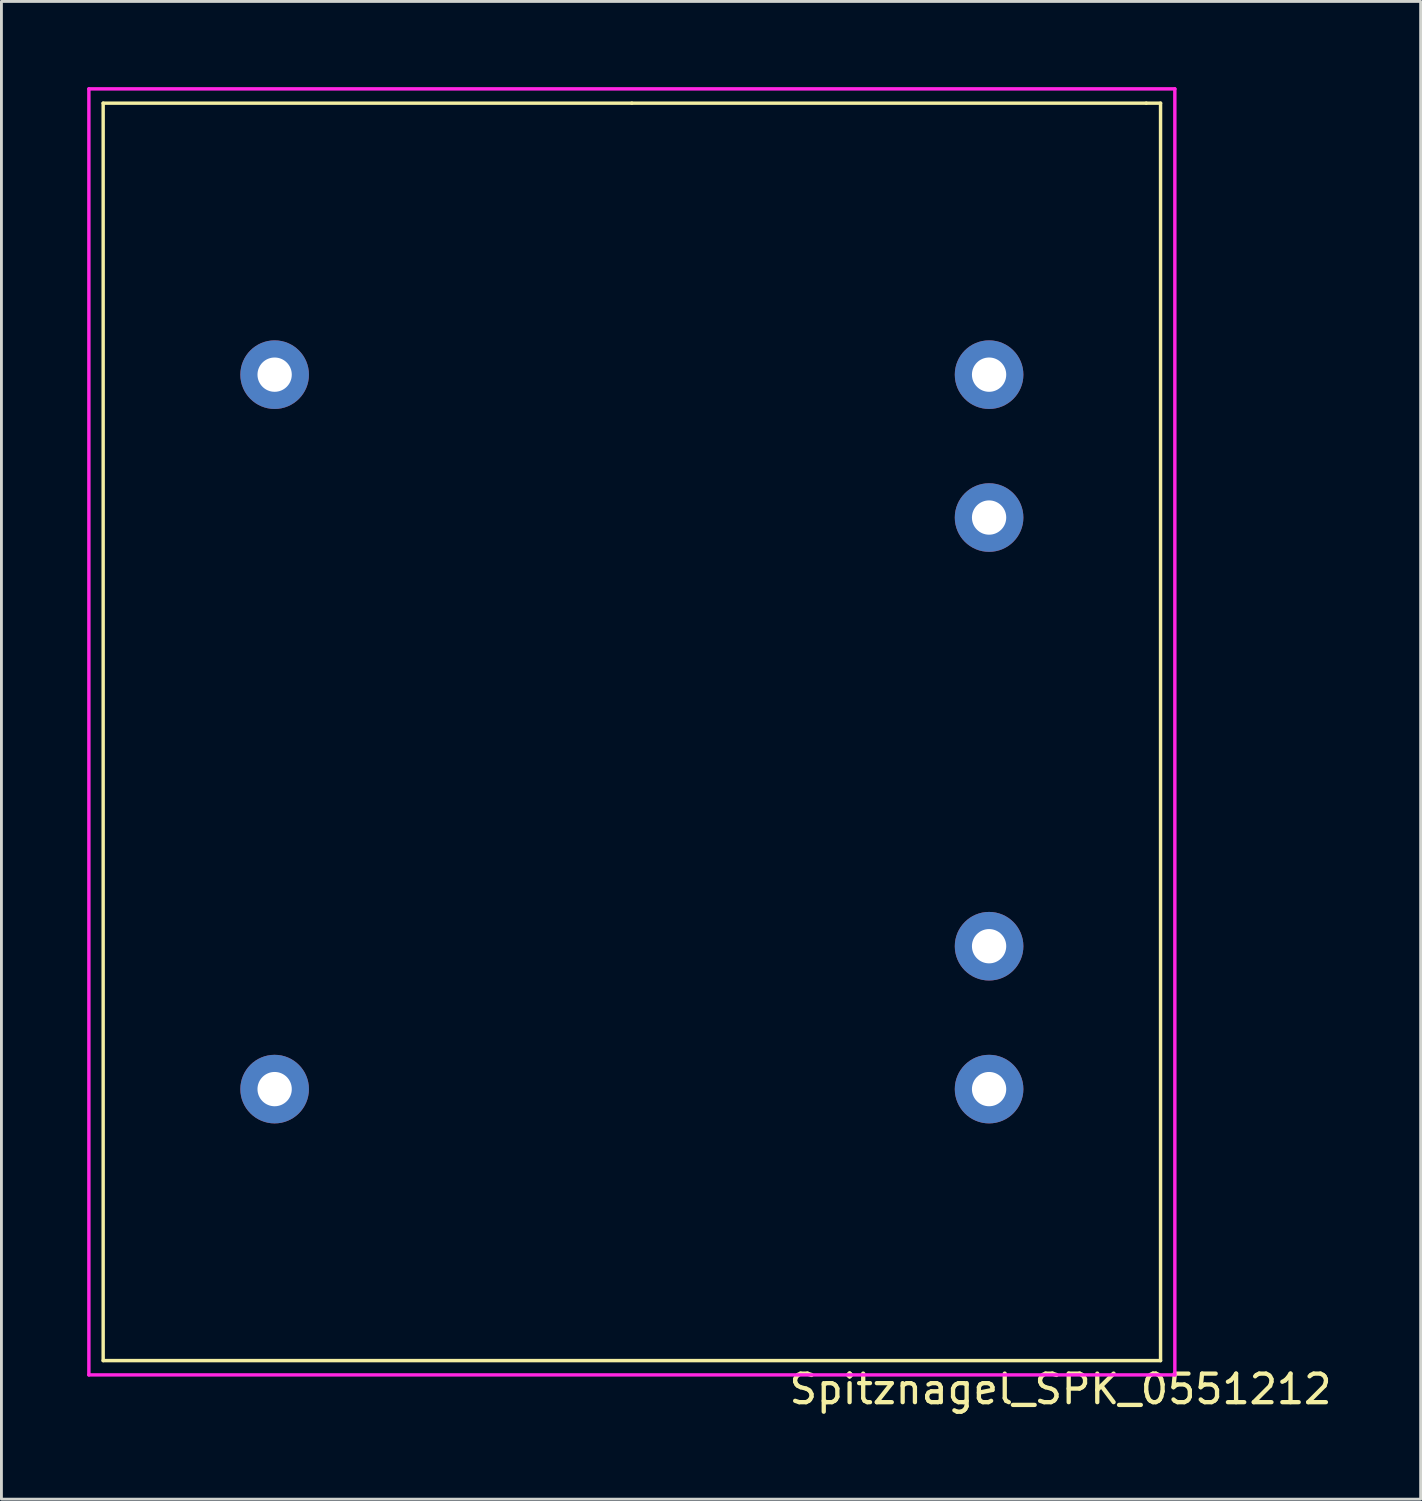
<source format=kicad_pcb>
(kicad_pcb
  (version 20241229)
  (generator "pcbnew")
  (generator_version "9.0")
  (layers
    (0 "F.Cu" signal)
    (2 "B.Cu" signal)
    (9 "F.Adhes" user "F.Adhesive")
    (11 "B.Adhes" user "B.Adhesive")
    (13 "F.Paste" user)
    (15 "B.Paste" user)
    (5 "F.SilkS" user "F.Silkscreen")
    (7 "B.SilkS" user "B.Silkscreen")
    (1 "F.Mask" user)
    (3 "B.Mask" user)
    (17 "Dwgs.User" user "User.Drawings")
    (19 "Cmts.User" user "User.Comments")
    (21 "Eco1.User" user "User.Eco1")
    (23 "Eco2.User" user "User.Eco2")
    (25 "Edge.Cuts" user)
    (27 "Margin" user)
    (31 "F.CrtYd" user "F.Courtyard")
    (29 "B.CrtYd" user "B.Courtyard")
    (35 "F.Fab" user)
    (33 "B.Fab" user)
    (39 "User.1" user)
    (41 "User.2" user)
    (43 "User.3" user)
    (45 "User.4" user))
  (footprint "Spitznagel_SPK_0551212"
    (layer "F.Cu")
    (at 19.06 22.56)
    (property "Reference" "Spitznagel_SPK_0551212" (at 15 23 0) (layer "F.SilkS") (effects (font (size 1 1) (thickness 0.15))))
    (attr through_hole)
    (fp_line (start -18.5 -22) (end 0 -22) (stroke (width 0.12) (type solid)) (layer "F.SilkS"))
    (fp_line (start -18.5 22) (end -18.5 -22) (stroke (width 0.12) (type solid)) (layer "F.SilkS"))
    (fp_line (start 0 -22) (end 18 -22) (stroke (width 0.12) (type solid)) (layer "F.SilkS"))
    (fp_line (start 18 -22) (end 18.5 -22) (stroke (width 0.12) (type solid)) (layer "F.SilkS"))
    (fp_line (start 18.5 -22) (end 18.5 22) (stroke (width 0.12) (type solid)) (layer "F.SilkS"))
    (fp_line (start 18.5 22) (end -18.5 22) (stroke (width 0.12) (type solid)) (layer "F.SilkS"))
    (fp_line (start -19 -22.5) (end 19 -22.5) (stroke (width 0.12) (type solid)) (layer "F.CrtYd"))
    (fp_line (start -19 22.5) (end -19 -22.5) (stroke (width 0.12) (type solid)) (layer "F.CrtYd"))
    (fp_line (start 19 -22.5) (end 19 22.5) (stroke (width 0.12) (type solid)) (layer "F.CrtYd"))
    (fp_line (start 19 22.5) (end -19 22.5) (stroke (width 0.12) (type solid)) (layer "F.CrtYd"))
    (pad "1" thru_hole circle (at -12.5 -12.5) (size 2.4 2.4) (drill 1.2) (layers "*.Cu" "*.Mask"))
    (pad "2" thru_hole circle (at -12.5 12.5) (size 2.4 2.4) (drill 1.2) (layers "*.Cu" "*.Mask"))
    (pad "3" thru_hole circle (at 12.5 12.5) (size 2.4 2.4) (drill 1.2) (layers "*.Cu" "*.Mask"))
    (pad "4" thru_hole circle (at 12.5 7.5 90) (size 2.4 2.4) (drill 1.2) (layers "*.Cu" "*.Mask"))
    (pad "5" thru_hole circle (at 12.5 -7.5) (size 2.4 2.4) (drill 1.2) (layers "*.Cu" "*.Mask"))
    (pad "6" thru_hole circle (at 12.5 -12.5) (size 2.4 2.4) (drill 1.2) (layers "*.Cu" "*.Mask")))
  (gr_rect
    (start -3 -3)
    (end 46.661 49.408)
    (stroke (width 0.1) (type default))
    (fill no)
    (layer "Edge.Cuts")))
</source>
